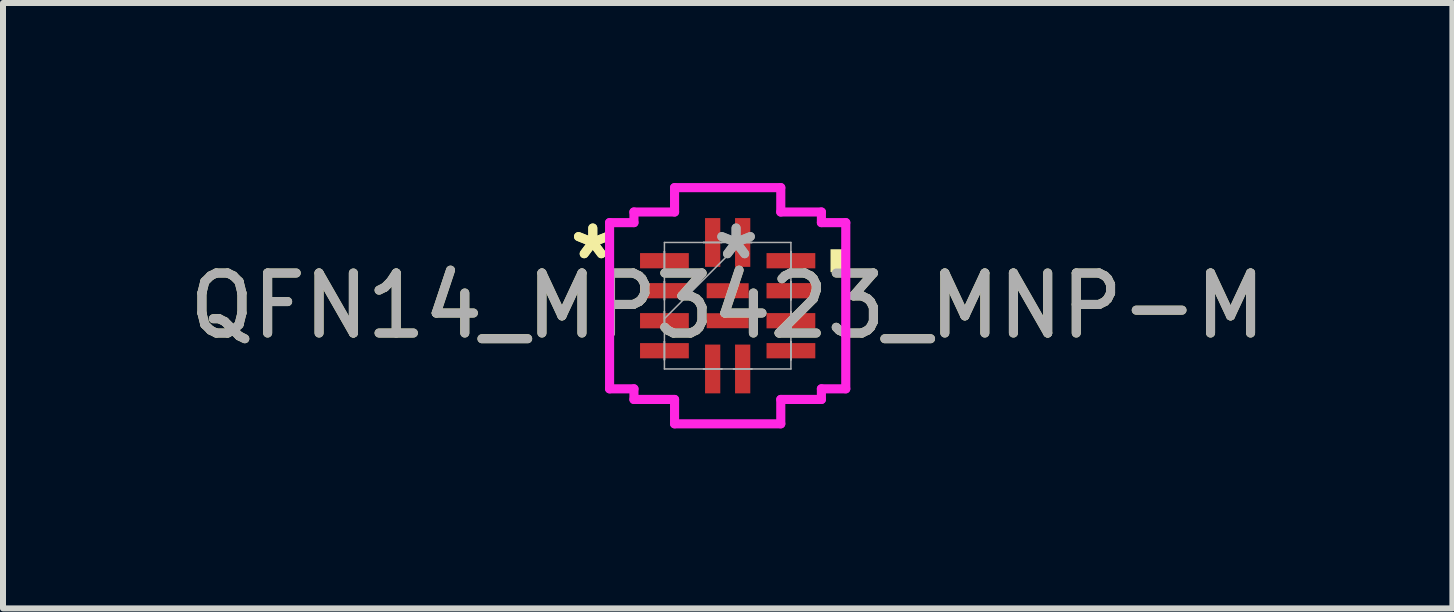
<source format=kicad_pcb>
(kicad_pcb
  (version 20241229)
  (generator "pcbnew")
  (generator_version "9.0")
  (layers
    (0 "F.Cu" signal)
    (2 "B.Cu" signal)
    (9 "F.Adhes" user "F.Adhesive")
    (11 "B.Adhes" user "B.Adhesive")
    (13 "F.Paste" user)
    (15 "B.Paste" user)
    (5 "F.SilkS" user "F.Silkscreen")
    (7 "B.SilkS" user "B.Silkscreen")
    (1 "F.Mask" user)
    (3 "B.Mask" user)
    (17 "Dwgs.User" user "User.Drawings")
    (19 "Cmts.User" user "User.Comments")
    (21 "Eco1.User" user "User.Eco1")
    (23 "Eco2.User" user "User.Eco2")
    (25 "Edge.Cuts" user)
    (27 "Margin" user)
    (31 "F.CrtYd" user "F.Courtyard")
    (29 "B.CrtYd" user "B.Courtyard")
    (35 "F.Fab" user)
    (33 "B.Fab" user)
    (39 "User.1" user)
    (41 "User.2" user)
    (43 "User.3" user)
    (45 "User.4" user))
  (footprint "QFN14_MP3423_MNP-M"
    (layer "F.Cu")
    (at 9.077 2.045)
    (property "Reference" "QFN14_MP3423_MNP-M" (at 0 0 0) (unlocked yes) (layer "F.SilkS") (effects (font (size 1 1) (thickness 0.15))))
    (attr smd)
    (fp_poly (pts (xy 1.968 -0.941) (xy 1.968 -0.56) (xy 1.714 -0.56) (xy 1.714 -0.941)) (stroke (width 0) (type solid)) (fill yes) (layer "F.SilkS"))
    (fp_line (start -1.968 -1.385) (end -1.562 -1.385) (stroke (width 0.152) (type solid)) (layer "F.CrtYd"))
    (fp_line (start -1.968 1.385) (end -1.968 -1.385) (stroke (width 0.152) (type solid)) (layer "F.CrtYd"))
    (fp_line (start -1.562 -1.562) (end -0.885 -1.562) (stroke (width 0.152) (type solid)) (layer "F.CrtYd"))
    (fp_line (start -1.562 -1.385) (end -1.562 -1.562) (stroke (width 0.152) (type solid)) (layer "F.CrtYd"))
    (fp_line (start -1.562 1.385) (end -1.968 1.385) (stroke (width 0.152) (type solid)) (layer "F.CrtYd"))
    (fp_line (start -1.562 1.562) (end -1.562 1.385) (stroke (width 0.152) (type solid)) (layer "F.CrtYd"))
    (fp_line (start -0.885 -1.968) (end 0.885 -1.968) (stroke (width 0.152) (type solid)) (layer "F.CrtYd"))
    (fp_line (start -0.885 -1.562) (end -0.885 -1.968) (stroke (width 0.152) (type solid)) (layer "F.CrtYd"))
    (fp_line (start -0.885 1.562) (end -1.562 1.562) (stroke (width 0.152) (type solid)) (layer "F.CrtYd"))
    (fp_line (start -0.885 1.968) (end -0.885 1.562) (stroke (width 0.152) (type solid)) (layer "F.CrtYd"))
    (fp_line (start 0.885 -1.968) (end 0.885 -1.562) (stroke (width 0.152) (type solid)) (layer "F.CrtYd"))
    (fp_line (start 0.885 -1.562) (end 1.562 -1.562) (stroke (width 0.152) (type solid)) (layer "F.CrtYd"))
    (fp_line (start 0.885 1.562) (end 0.885 1.968) (stroke (width 0.152) (type solid)) (layer "F.CrtYd"))
    (fp_line (start 0.885 1.968) (end -0.885 1.968) (stroke (width 0.152) (type solid)) (layer "F.CrtYd"))
    (fp_line (start 1.562 -1.562) (end 1.562 -1.385) (stroke (width 0.152) (type solid)) (layer "F.CrtYd"))
    (fp_line (start 1.562 -1.385) (end 1.968 -1.385) (stroke (width 0.152) (type solid)) (layer "F.CrtYd"))
    (fp_line (start 1.562 1.385) (end 1.562 1.562) (stroke (width 0.152) (type solid)) (layer "F.CrtYd"))
    (fp_line (start 1.562 1.562) (end 0.885 1.562) (stroke (width 0.152) (type solid)) (layer "F.CrtYd"))
    (fp_line (start 1.968 -1.385) (end 1.968 1.385) (stroke (width 0.152) (type solid)) (layer "F.CrtYd"))
    (fp_line (start 1.968 1.385) (end 1.562 1.385) (stroke (width 0.152) (type solid)) (layer "F.CrtYd"))
    (fp_line (start -1.054 -1.054) (end -1.054 1.054) (stroke (width 0.025) (type solid)) (layer "F.Fab"))
    (fp_line (start -1.054 -0.902) (end -1.054 -0.902) (stroke (width 0.025) (type solid)) (layer "F.Fab"))
    (fp_line (start -1.054 -0.902) (end -1.054 -0.598) (stroke (width 0.025) (type solid)) (layer "F.Fab"))
    (fp_line (start -1.054 -0.598) (end -1.054 -0.902) (stroke (width 0.025) (type solid)) (layer "F.Fab"))
    (fp_line (start -1.054 -0.598) (end -1.054 -0.598) (stroke (width 0.025) (type solid)) (layer "F.Fab"))
    (fp_line (start -1.054 -0.402) (end -1.054 -0.402) (stroke (width 0.025) (type solid)) (layer "F.Fab"))
    (fp_line (start -1.054 -0.402) (end -1.054 -0.098) (stroke (width 0.025) (type solid)) (layer "F.Fab"))
    (fp_line (start -1.054 -0.098) (end -1.054 -0.402) (stroke (width 0.025) (type solid)) (layer "F.Fab"))
    (fp_line (start -1.054 -0.098) (end -1.054 -0.098) (stroke (width 0.025) (type solid)) (layer "F.Fab"))
    (fp_line (start -1.054 0.098) (end -1.054 0.098) (stroke (width 0.025) (type solid)) (layer "F.Fab"))
    (fp_line (start -1.054 0.098) (end -1.054 0.402) (stroke (width 0.025) (type solid)) (layer "F.Fab"))
    (fp_line (start -1.054 0.216) (end 0.216 -1.054) (stroke (width 0.025) (type solid)) (layer "F.Fab"))
    (fp_line (start -1.054 0.402) (end -1.054 0.098) (stroke (width 0.025) (type solid)) (layer "F.Fab"))
    (fp_line (start -1.054 0.402) (end -1.054 0.402) (stroke (width 0.025) (type solid)) (layer "F.Fab"))
    (fp_line (start -1.054 0.598) (end -1.054 0.598) (stroke (width 0.025) (type solid)) (layer "F.Fab"))
    (fp_line (start -1.054 0.598) (end -1.054 0.902) (stroke (width 0.025) (type solid)) (layer "F.Fab"))
    (fp_line (start -1.054 0.902) (end -1.054 0.598) (stroke (width 0.025) (type solid)) (layer "F.Fab"))
    (fp_line (start -1.054 0.902) (end -1.054 0.902) (stroke (width 0.025) (type solid)) (layer "F.Fab"))
    (fp_line (start -1.054 1.054) (end 1.054 1.054) (stroke (width 0.025) (type solid)) (layer "F.Fab"))
    (fp_line (start -0.402 -1.054) (end -0.402 -1.054) (stroke (width 0.025) (type solid)) (layer "F.Fab"))
    (fp_line (start -0.402 -1.054) (end -0.098 -1.054) (stroke (width 0.025) (type solid)) (layer "F.Fab"))
    (fp_line (start -0.402 1.054) (end -0.402 1.054) (stroke (width 0.025) (type solid)) (layer "F.Fab"))
    (fp_line (start -0.402 1.054) (end -0.098 1.054) (stroke (width 0.025) (type solid)) (layer "F.Fab"))
    (fp_line (start -0.098 -1.054) (end -0.402 -1.054) (stroke (width 0.025) (type solid)) (layer "F.Fab"))
    (fp_line (start -0.098 -1.054) (end -0.098 -1.054) (stroke (width 0.025) (type solid)) (layer "F.Fab"))
    (fp_line (start -0.098 1.054) (end -0.402 1.054) (stroke (width 0.025) (type solid)) (layer "F.Fab"))
    (fp_line (start -0.098 1.054) (end -0.098 1.054) (stroke (width 0.025) (type solid)) (layer "F.Fab"))
    (fp_line (start 0.098 -1.054) (end 0.098 -1.054) (stroke (width 0.025) (type solid)) (layer "F.Fab"))
    (fp_line (start 0.098 -1.054) (end 0.402 -1.054) (stroke (width 0.025) (type solid)) (layer "F.Fab"))
    (fp_line (start 0.098 1.054) (end 0.098 1.054) (stroke (width 0.025) (type solid)) (layer "F.Fab"))
    (fp_line (start 0.098 1.054) (end 0.402 1.054) (stroke (width 0.025) (type solid)) (layer "F.Fab"))
    (fp_line (start 0.402 -1.054) (end 0.098 -1.054) (stroke (width 0.025) (type solid)) (layer "F.Fab"))
    (fp_line (start 0.402 -1.054) (end 0.402 -1.054) (stroke (width 0.025) (type solid)) (layer "F.Fab"))
    (fp_line (start 0.402 1.054) (end 0.098 1.054) (stroke (width 0.025) (type solid)) (layer "F.Fab"))
    (fp_line (start 0.402 1.054) (end 0.402 1.054) (stroke (width 0.025) (type solid)) (layer "F.Fab"))
    (fp_line (start 1.054 -1.054) (end -1.054 -1.054) (stroke (width 0.025) (type solid)) (layer "F.Fab"))
    (fp_line (start 1.054 -0.902) (end 1.054 -0.902) (stroke (width 0.025) (type solid)) (layer "F.Fab"))
    (fp_line (start 1.054 -0.902) (end 1.054 -0.598) (stroke (width 0.025) (type solid)) (layer "F.Fab"))
    (fp_line (start 1.054 -0.598) (end 1.054 -0.902) (stroke (width 0.025) (type solid)) (layer "F.Fab"))
    (fp_line (start 1.054 -0.598) (end 1.054 -0.598) (stroke (width 0.025) (type solid)) (layer "F.Fab"))
    (fp_line (start 1.054 -0.402) (end 1.054 -0.402) (stroke (width 0.025) (type solid)) (layer "F.Fab"))
    (fp_line (start 1.054 -0.402) (end 1.054 -0.098) (stroke (width 0.025) (type solid)) (layer "F.Fab"))
    (fp_line (start 1.054 -0.098) (end 1.054 -0.402) (stroke (width 0.025) (type solid)) (layer "F.Fab"))
    (fp_line (start 1.054 -0.098) (end 1.054 -0.098) (stroke (width 0.025) (type solid)) (layer "F.Fab"))
    (fp_line (start 1.054 0.098) (end 1.054 0.098) (stroke (width 0.025) (type solid)) (layer "F.Fab"))
    (fp_line (start 1.054 0.098) (end 1.054 0.402) (stroke (width 0.025) (type solid)) (layer "F.Fab"))
    (fp_line (start 1.054 0.402) (end 1.054 0.098) (stroke (width 0.025) (type solid)) (layer "F.Fab"))
    (fp_line (start 1.054 0.402) (end 1.054 0.402) (stroke (width 0.025) (type solid)) (layer "F.Fab"))
    (fp_line (start 1.054 0.598) (end 1.054 0.598) (stroke (width 0.025) (type solid)) (layer "F.Fab"))
    (fp_line (start 1.054 0.598) (end 1.054 0.902) (stroke (width 0.025) (type solid)) (layer "F.Fab"))
    (fp_line (start 1.054 0.902) (end 1.054 0.598) (stroke (width 0.025) (type solid)) (layer "F.Fab"))
    (fp_line (start 1.054 0.902) (end 1.054 0.902) (stroke (width 0.025) (type solid)) (layer "F.Fab"))
    (fp_line (start 1.054 1.054) (end 1.054 -1.054) (stroke (width 0.025) (type solid)) (layer "F.Fab"))
    (fp_text user "*" (at -2.248 -0.75 0) (layer "F.SilkS") (effects (font (size 1 1) (thickness 0.15))))
    (fp_text user "*" (at -2.248 -0.75 0) (unlocked yes) (layer "F.SilkS") (effects (font (size 1 1) (thickness 0.15))))
    (fp_text user "*" (at 0.14 -0.75 0) (unlocked yes) (layer "F.Fab") (effects (font (size 1 1) (thickness 0.15))))
    (fp_text user "${REFERENCE}" (at 0 0 0) (unlocked yes) (layer "F.Fab") (effects (font (size 1 1) (thickness 0.15))))
    (fp_text user "*" (at 0.14 -0.75 0) (layer "F.Fab") (effects (font (size 1 1) (thickness 0.15))))
    (pad "1" smd rect (at -1.054 -0.75 90) (size 0.254 0.813) (layers "F.Cu" "F.Mask" "F.Paste"))
    (pad "2" smd rect (at -1.054 -0.25 90) (size 0.254 0.813) (layers "F.Cu" "F.Mask" "F.Paste"))
    (pad "3" smd rect (at -1.054 0.25 90) (size 0.254 0.813) (layers "F.Cu" "F.Mask" "F.Paste"))
    (pad "4" smd rect (at -1.054 0.75 90) (size 0.254 0.813) (layers "F.Cu" "F.Mask" "F.Paste"))
    (pad "5" smd rect (at -0.25 1.054) (size 0.254 0.813) (layers "F.Cu" "F.Mask" "F.Paste"))
    (pad "6" smd rect (at 0.25 1.054) (size 0.254 0.813) (layers "F.Cu" "F.Mask" "F.Paste"))
    (pad "7" smd rect (at 1.054 0.75 90) (size 0.254 0.813) (layers "F.Cu" "F.Mask" "F.Paste"))
    (pad "8" smd rect (at 1.054 0.25 90) (size 0.254 0.813) (layers "F.Cu" "F.Mask" "F.Paste"))
    (pad "9" smd rect (at 1.054 -0.25 90) (size 0.254 0.813) (layers "F.Cu" "F.Mask" "F.Paste"))
    (pad "10" smd rect (at 1.054 -0.75 90) (size 0.254 0.813) (layers "F.Cu" "F.Mask" "F.Paste"))
    (pad "11" smd rect (at 0.25 -1.054) (size 0.254 0.813) (layers "F.Cu" "F.Mask" "F.Paste"))
    (pad "12" smd rect (at -0.25 -1.054) (size 0.254 0.813) (layers "F.Cu" "F.Mask" "F.Paste"))
    (pad "13" smd rect (at 0 -0.25) (size 0.7 0.25) (layers "F.Cu" "F.Mask" "F.Paste"))
    (pad "14" smd rect (at 0 0.25) (size 0.7 0.25) (layers "F.Cu" "F.Mask" "F.Paste")))
  (gr_rect
    (start -3 -3)
    (end 21.155 7.089)
    (stroke (width 0.1) (type default))
    (fill no)
    (layer "Edge.Cuts")))
</source>
